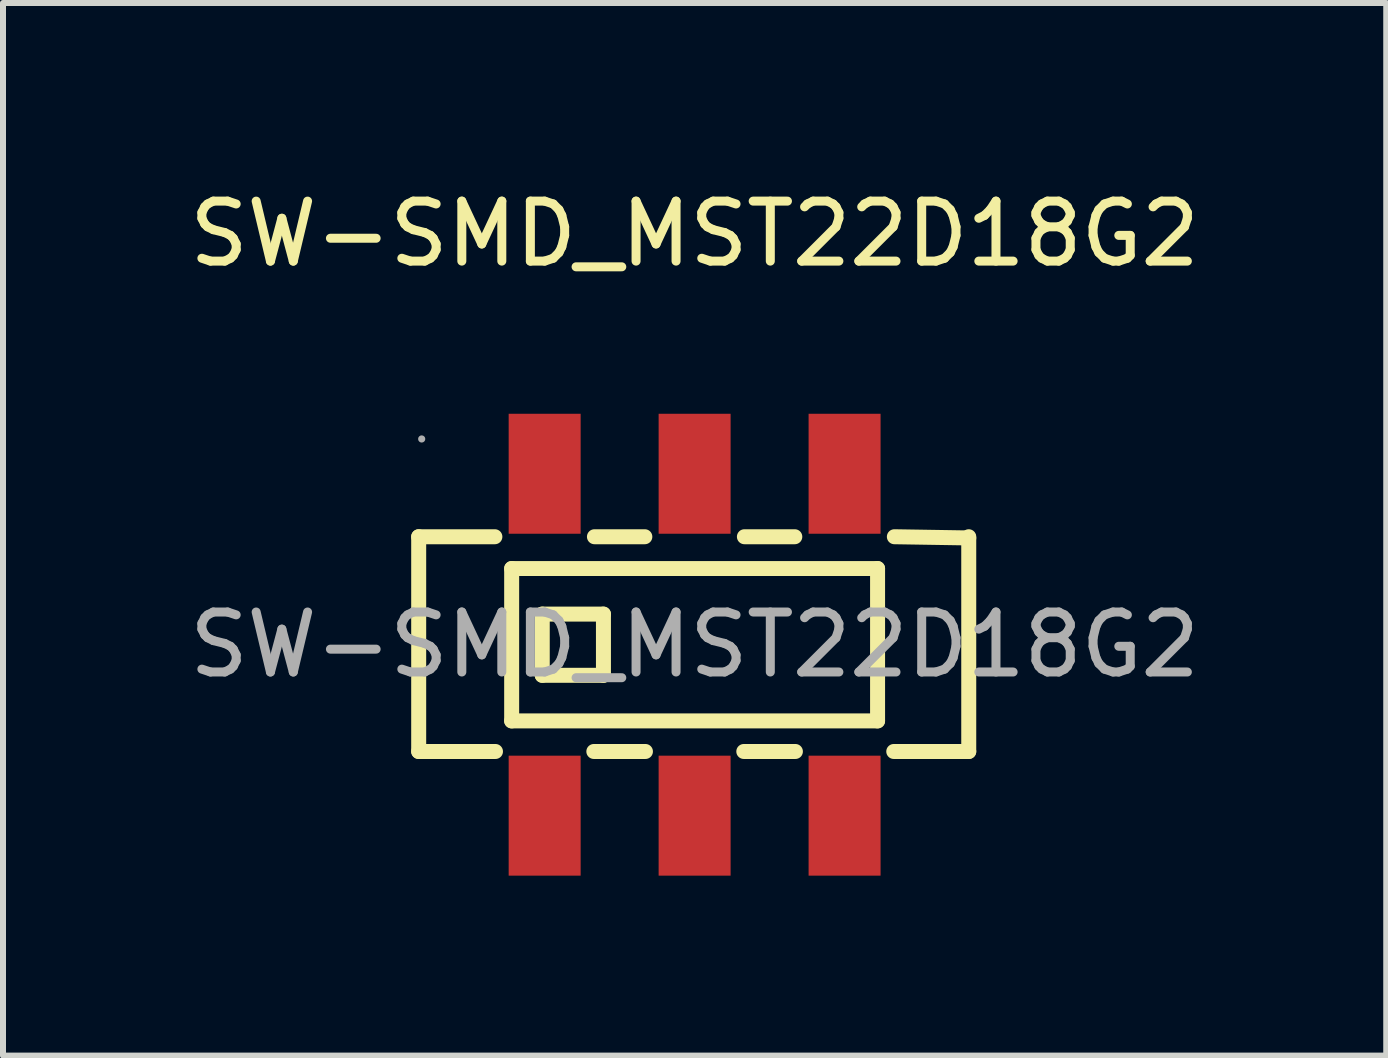
<source format=kicad_pcb>
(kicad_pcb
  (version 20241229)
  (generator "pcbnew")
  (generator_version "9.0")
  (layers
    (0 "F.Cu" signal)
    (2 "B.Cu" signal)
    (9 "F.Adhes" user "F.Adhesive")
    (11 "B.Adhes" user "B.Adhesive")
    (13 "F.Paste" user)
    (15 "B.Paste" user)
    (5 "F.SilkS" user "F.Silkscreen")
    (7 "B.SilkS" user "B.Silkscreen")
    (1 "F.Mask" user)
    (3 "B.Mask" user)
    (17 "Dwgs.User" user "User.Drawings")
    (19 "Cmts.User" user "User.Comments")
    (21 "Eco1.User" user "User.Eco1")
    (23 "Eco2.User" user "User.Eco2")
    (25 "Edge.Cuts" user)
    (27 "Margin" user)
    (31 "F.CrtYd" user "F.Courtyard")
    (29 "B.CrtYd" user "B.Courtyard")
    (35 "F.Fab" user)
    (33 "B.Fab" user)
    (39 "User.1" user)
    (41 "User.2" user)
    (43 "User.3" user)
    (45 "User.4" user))
  (footprint "SW-SMD_MST22D18G2"
    (layer "F.Cu")
    (at 8.53 7.698)
    (property "Reference" "SW-SMD_MST22D18G2" (at 0 -6.85 0) (layer "F.SilkS") (effects (font (size 1 1) (thickness 0.15))))
    (attr smd)
    (fp_line (start -4.6 -1.8) (end -4.6 1.78) (stroke (width 0.25) (type solid)) (layer "F.SilkS"))
    (fp_line (start -4.6 -1.8) (end -3.33 -1.8) (stroke (width 0.25) (type solid)) (layer "F.SilkS"))
    (fp_line (start -3.32 1.78) (end -4.6 1.78) (stroke (width 0.25) (type solid)) (layer "F.SilkS"))
    (fp_line (start -3.05 -1.27) (end 3.05 -1.27) (stroke (width 0.25) (type solid)) (layer "F.SilkS"))
    (fp_line (start -3.05 1.27) (end -3.05 -1.27) (stroke (width 0.25) (type solid)) (layer "F.SilkS"))
    (fp_line (start -2.54 -0.51) (end -1.52 -0.51) (stroke (width 0.25) (type solid)) (layer "F.SilkS"))
    (fp_line (start -2.54 0.51) (end -2.54 -0.51) (stroke (width 0.25) (type solid)) (layer "F.SilkS"))
    (fp_line (start -1.67 -1.8) (end -0.83 -1.8) (stroke (width 0.25) (type solid)) (layer "F.SilkS"))
    (fp_line (start -1.52 -0.51) (end -1.52 0.51) (stroke (width 0.25) (type solid)) (layer "F.SilkS"))
    (fp_line (start -1.52 0.51) (end -2.54 0.51) (stroke (width 0.25) (type solid)) (layer "F.SilkS"))
    (fp_line (start -0.82 1.78) (end -1.68 1.78) (stroke (width 0.25) (type solid)) (layer "F.SilkS"))
    (fp_line (start 0.83 -1.8) (end 1.67 -1.8) (stroke (width 0.25) (type solid)) (layer "F.SilkS"))
    (fp_line (start 1.68 1.78) (end 0.82 1.78) (stroke (width 0.25) (type solid)) (layer "F.SilkS"))
    (fp_line (start 3.05 -1.27) (end 3.05 1.27) (stroke (width 0.25) (type solid)) (layer "F.SilkS"))
    (fp_line (start 3.05 1.27) (end -3.05 1.27) (stroke (width 0.25) (type solid)) (layer "F.SilkS"))
    (fp_line (start 3.33 -1.8) (end 4.57 -1.78) (stroke (width 0.25) (type solid)) (layer "F.SilkS"))
    (fp_line (start 4.57 1.78) (end 3.32 1.78) (stroke (width 0.25) (type solid)) (layer "F.SilkS"))
    (fp_line (start 4.57 1.78) (end 4.57 -1.8) (stroke (width 0.25) (type solid)) (layer "F.SilkS"))
    (fp_circle (center -4.55 -3.43) (end -4.52 -3.43) (stroke (width 0.06) (type solid)) (fill no) (layer "F.Fab"))
    (fp_text user "${REFERENCE}" (at 0 0 0) (layer "F.Fab") (effects (font (size 1 1) (thickness 0.15))))
    (pad "1" smd rect (at -2.5 -2.85 180) (size 1.2 2) (layers "F.Cu" "F.Mask" "F.Paste"))
    (pad "2" smd rect (at 0 -2.85 180) (size 1.2 2) (layers "F.Cu" "F.Mask" "F.Paste"))
    (pad "3" smd rect (at 2.5 -2.85 180) (size 1.2 2) (layers "F.Cu" "F.Mask" "F.Paste"))
    (pad "4" smd rect (at -2.5 2.85 180) (size 1.2 2) (layers "F.Cu" "F.Mask" "F.Paste"))
    (pad "5" smd rect (at 0 2.85 180) (size 1.2 2) (layers "F.Cu" "F.Mask" "F.Paste"))
    (pad "6" smd rect (at 2.5 2.85 180) (size 1.2 2) (layers "F.Cu" "F.Mask" "F.Paste")))
  (gr_rect
    (start -3 -3)
    (end 20.06 14.548)
    (stroke (width 0.1) (type default))
    (fill no)
    (layer "Edge.Cuts")))
</source>
